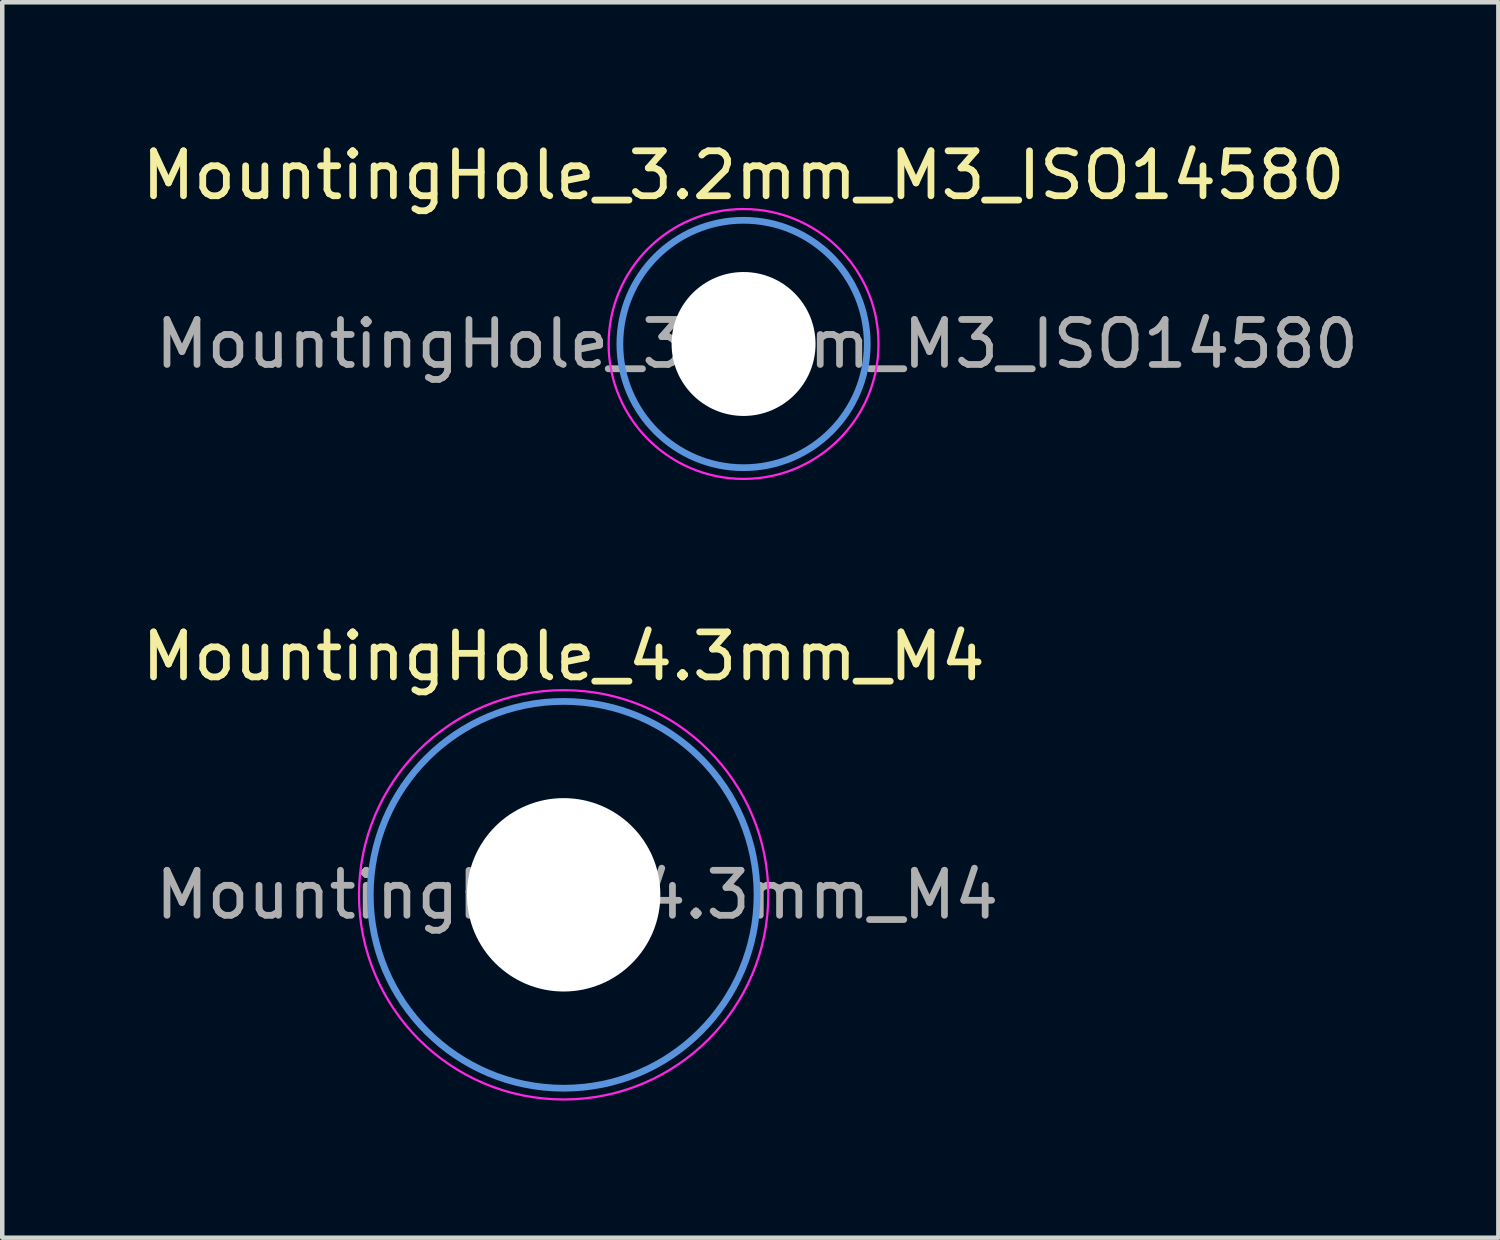
<source format=kicad_pcb>
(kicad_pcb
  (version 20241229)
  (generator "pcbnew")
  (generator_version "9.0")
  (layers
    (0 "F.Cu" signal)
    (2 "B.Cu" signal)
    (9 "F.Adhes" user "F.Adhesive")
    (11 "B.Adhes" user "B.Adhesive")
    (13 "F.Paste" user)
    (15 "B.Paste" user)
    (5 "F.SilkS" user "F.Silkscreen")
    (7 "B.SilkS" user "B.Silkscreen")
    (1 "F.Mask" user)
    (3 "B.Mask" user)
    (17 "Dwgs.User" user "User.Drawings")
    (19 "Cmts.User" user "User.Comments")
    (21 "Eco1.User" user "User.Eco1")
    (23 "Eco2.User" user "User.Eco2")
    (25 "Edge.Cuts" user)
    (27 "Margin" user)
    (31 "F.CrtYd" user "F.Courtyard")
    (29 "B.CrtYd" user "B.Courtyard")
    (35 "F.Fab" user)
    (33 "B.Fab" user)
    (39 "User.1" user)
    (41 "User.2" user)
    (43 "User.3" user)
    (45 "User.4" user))
  (footprint "MountingHole_4.3mm_M4"
    (layer "F.Cu")
    (at 9.482 16.845)
    (property "Reference" "MountingHole_4.3mm_M4" (at 0 -5.3 0) (layer "F.SilkS") (effects (font (size 1 1) (thickness 0.15))))
    (attr exclude_from_pos_files)
    (fp_circle (center 0 0) (end 4.3 0) (stroke (width 0.15) (type solid)) (fill no) (layer "Cmts.User"))
    (fp_circle (center 0 0) (end 4.55 0) (stroke (width 0.05) (type solid)) (fill no) (layer "F.CrtYd"))
    (fp_text user "${REFERENCE}" (at 0.3 0 0) (layer "F.Fab") (effects (font (size 1 1) (thickness 0.15))))
    (pad "" np_thru_hole circle (at 0 0) (size 4.3 4.3) (drill 4.3) (layers "*.Cu" "*.Mask"))
    (zone (net_name "") (layers "F.Cu" "B.Cu") (hatch edge 0.508) (connect_pads) (min_thickness 0.254) (filled_areas_thickness no) (keepout (tracks not_allowed) (vias not_allowed) (pads not_allowed) (copperpour not_allowed) (footprints not_allowed)) (placement (enabled no)) (fill) (polygon (pts (xy 11.921 12.832) (xy 12.987 13.797) (xy 13.8 15.067) (xy 14.105 16.337) (xy 14.105 17.302) (xy 13.953 18.217) (xy 13.394 19.385) (xy 12.632 20.351) (xy 11.413 21.062) (xy 9.939 21.468) (xy 8.873 21.468) (xy 7.704 21.163) (xy 6.739 20.554) (xy 6.079 19.944) (xy 5.367 19.081) (xy 4.91 17.658) (xy 4.859 16.591) (xy 4.961 15.626) (xy 5.672 14.102) (xy 6.942 12.883) (xy 8.009 12.426) (xy 9.431 12.172) (xy 10.651 12.324)))))
  (footprint "MountingHole_3.2mm_M3_ISO14580"
    (layer "F.Cu")
    (at 13.482 4.598)
    (property "Reference" "MountingHole_3.2mm_M3_ISO14580" (at 0 -3.75 0) (layer "F.SilkS") (effects (font (size 1 1) (thickness 0.15))))
    (attr exclude_from_pos_files)
    (fp_circle (center 0 0) (end 2.75 0) (stroke (width 0.15) (type solid)) (fill no) (layer "Cmts.User"))
    (fp_circle (center 0 0) (end 3 0) (stroke (width 0.05) (type solid)) (fill no) (layer "F.CrtYd"))
    (fp_text user "${REFERENCE}" (at 0.3 0 0) (layer "F.Fab") (effects (font (size 1 1) (thickness 0.15))))
    (pad "" np_thru_hole circle (at 0 0) (size 3.2 3.2) (drill 3.2) (layers "*.Cu" "*.Mask"))
    (zone (net_name "") (layers "F.Cu" "B.Cu") (hatch edge 0.508) (connect_pads) (min_thickness 0.254) (filled_areas_thickness no) (keepout (tracks not_allowed) (vias not_allowed) (pads not_allowed) (copperpour not_allowed) (footprints not_allowed)) (placement (enabled no)) (fill) (polygon (pts (xy 14.244 1.55) (xy 14.752 1.753) (xy 15.26 2.058) (xy 15.768 2.465) (xy 16.124 2.973) (xy 16.429 3.582) (xy 16.581 4.243) (xy 16.581 4.801) (xy 16.479 5.411) (xy 16.276 6.021) (xy 15.87 6.63) (xy 15.362 7.087) (xy 14.6 7.494) (xy 13.838 7.697) (xy 13.127 7.697) (xy 12.466 7.545) (xy 11.907 7.291) (xy 11.501 6.986) (xy 11.095 6.579) (xy 10.688 5.97) (xy 10.485 5.411) (xy 10.383 4.852) (xy 10.383 4.395) (xy 10.536 3.684) (xy 10.739 3.125) (xy 11.095 2.617) (xy 11.552 2.16) (xy 12.111 1.804) (xy 12.619 1.601) (xy 13.279 1.499) (xy 13.736 1.499)))))
  (gr_rect
    (start -3 -3)
    (end 30.264 24.468)
    (stroke (width 0.1) (type default))
    (fill no)
    (layer "Edge.Cuts")))
</source>
